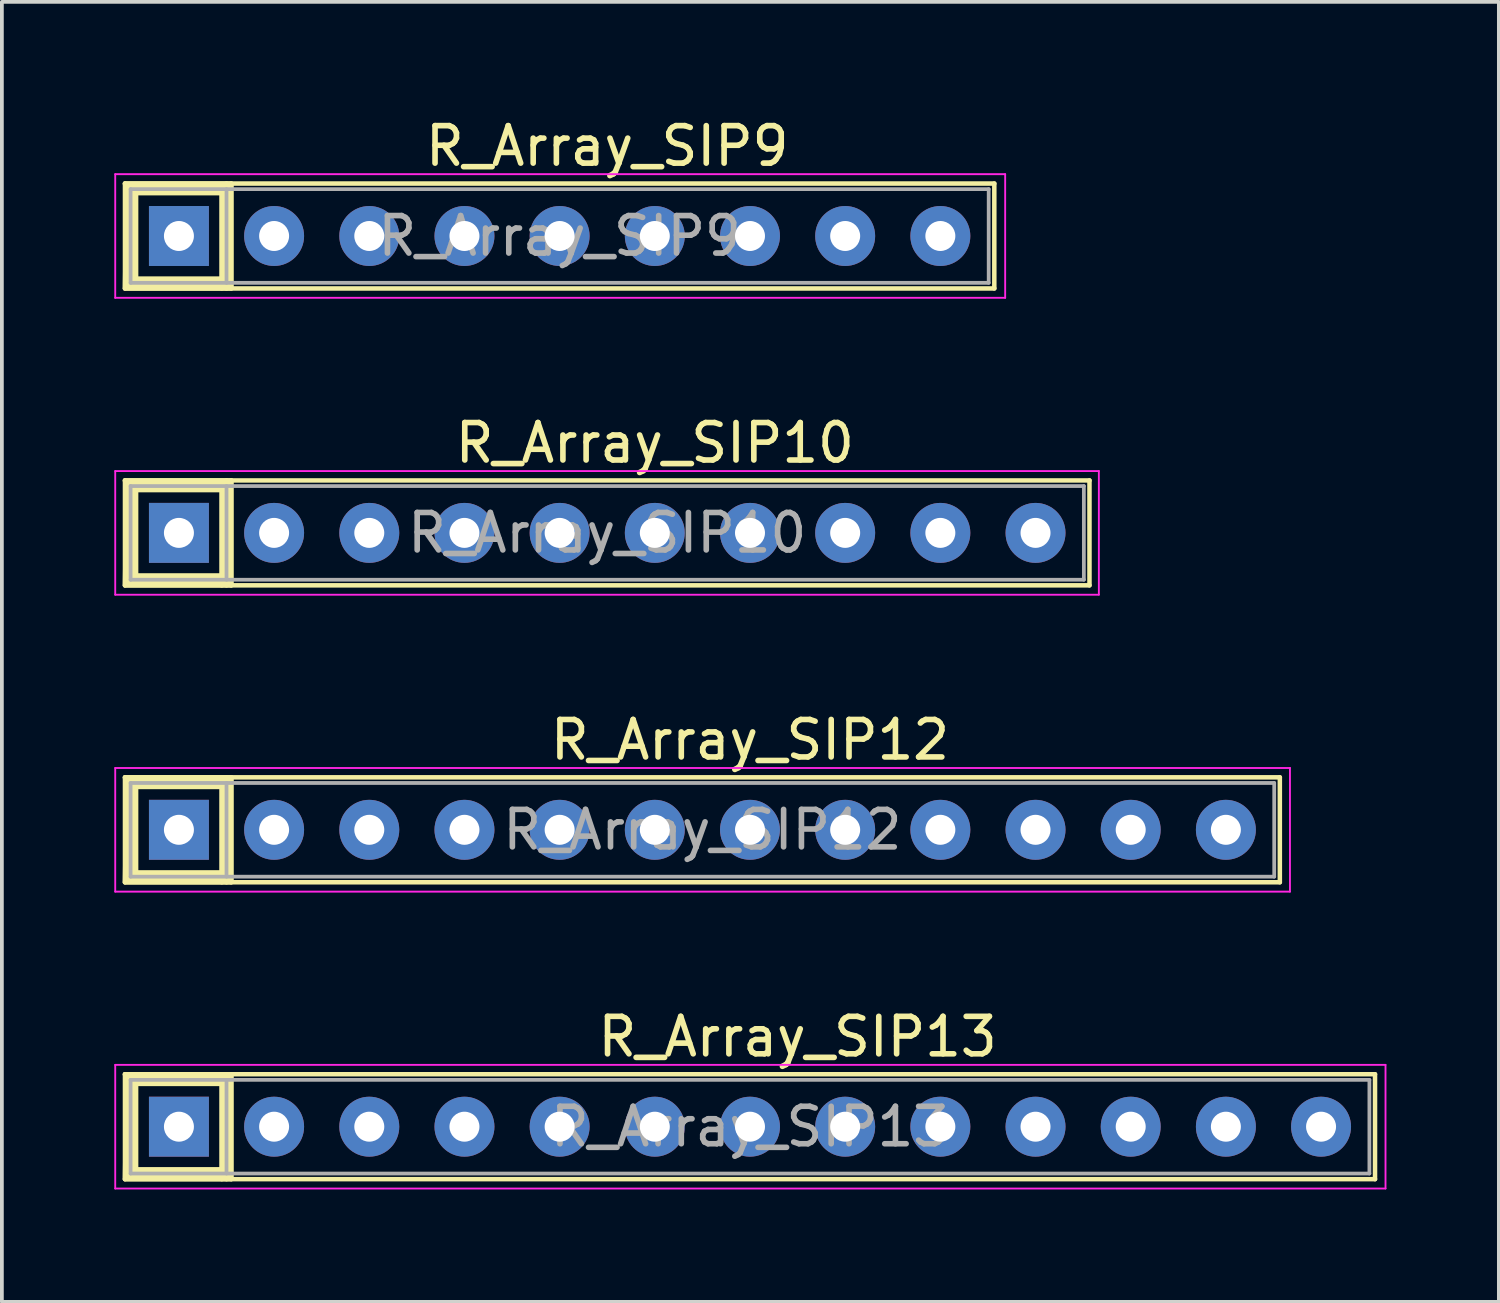
<source format=kicad_pcb>
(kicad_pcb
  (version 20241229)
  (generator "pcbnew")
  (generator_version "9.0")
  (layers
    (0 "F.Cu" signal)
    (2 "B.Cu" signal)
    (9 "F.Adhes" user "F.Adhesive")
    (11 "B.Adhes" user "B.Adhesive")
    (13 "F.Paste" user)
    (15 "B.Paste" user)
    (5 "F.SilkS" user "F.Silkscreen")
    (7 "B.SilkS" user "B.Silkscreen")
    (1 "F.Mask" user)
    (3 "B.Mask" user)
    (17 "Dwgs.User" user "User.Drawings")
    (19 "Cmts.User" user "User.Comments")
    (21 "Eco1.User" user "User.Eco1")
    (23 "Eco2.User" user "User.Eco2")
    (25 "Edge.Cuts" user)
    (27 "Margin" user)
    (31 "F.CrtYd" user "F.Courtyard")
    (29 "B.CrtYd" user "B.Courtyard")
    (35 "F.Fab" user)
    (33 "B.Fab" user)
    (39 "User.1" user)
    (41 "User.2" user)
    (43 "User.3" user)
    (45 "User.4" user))
  (footprint "R_Array_SIP10"
    (layer "F.Cu")
    (at 1.725 11.171)
    (property "Reference" "R_Array_SIP10" (at 12.7 -2.4 0) (layer "F.SilkS") (effects (font (size 1 1) (thickness 0.15))))
    (attr through_hole)
    (fp_line (start -1.44 -1.4) (end -1.44 1.4) (stroke (width 0.12) (type solid)) (layer "F.SilkS"))
    (fp_line (start -1.44 1.4) (end 24.3 1.4) (stroke (width 0.12) (type solid)) (layer "F.SilkS"))
    (fp_line (start 1.143 -1.143) (end 1.143 1.143) (stroke (width 0.12) (type solid)) (layer "F.SilkS"))
    (fp_line (start 1.143 1.143) (end -1.143 1.143) (stroke (width 0.12) (type solid)) (layer "F.SilkS"))
    (fp_line (start 1.27 -1.4) (end 1.27 1.4) (stroke (width 0.12) (type solid)) (layer "F.SilkS"))
    (fp_line (start 1.397 -1.4) (end 1.397 1.4) (stroke (width 0.12) (type solid)) (layer "F.SilkS"))
    (fp_line (start 24.3 -1.4) (end -1.44 -1.4) (stroke (width 0.12) (type solid)) (layer "F.SilkS"))
    (fp_line (start 24.3 1.4) (end 24.3 -1.4) (stroke (width 0.12) (type solid)) (layer "F.SilkS"))
    (fp_poly (pts (xy -1.143 1.143) (xy 1.143 1.143) (xy 1.143 1.4) (xy -1.44 1.4) (xy -1.397 -1.143) (xy -1.143 -1.143)) (stroke (width 0.12) (type solid)) (fill yes) (layer "F.SilkS"))
    (fp_poly (pts (xy 1.397 1.4) (xy 1.143 1.4) (xy 1.143 -1.143) (xy -1.397 -1.143) (xy -1.44 -1.4) (xy 1.397 -1.4)) (stroke (width 0.12) (type solid)) (fill yes) (layer "F.SilkS"))
    (fp_line (start -1.7 -1.65) (end -1.7 1.65) (stroke (width 0.05) (type solid)) (layer "F.CrtYd"))
    (fp_line (start -1.7 1.65) (end 24.55 1.65) (stroke (width 0.05) (type solid)) (layer "F.CrtYd"))
    (fp_line (start 24.55 -1.65) (end -1.7 -1.65) (stroke (width 0.05) (type solid)) (layer "F.CrtYd"))
    (fp_line (start 24.55 1.65) (end 24.55 -1.65) (stroke (width 0.05) (type solid)) (layer "F.CrtYd"))
    (fp_line (start -1.29 -1.25) (end -1.29 1.25) (stroke (width 0.1) (type solid)) (layer "F.Fab"))
    (fp_line (start -1.29 1.25) (end 24.15 1.25) (stroke (width 0.1) (type solid)) (layer "F.Fab"))
    (fp_line (start 1.27 -1.25) (end 1.27 1.25) (stroke (width 0.1) (type solid)) (layer "F.Fab"))
    (fp_line (start 24.15 -1.25) (end -1.29 -1.25) (stroke (width 0.1) (type solid)) (layer "F.Fab"))
    (fp_line (start 24.15 1.25) (end 24.15 -1.25) (stroke (width 0.1) (type solid)) (layer "F.Fab"))
    (fp_text user "${REFERENCE}" (at 11.43 0 0) (layer "F.Fab") (effects (font (size 1 1) (thickness 0.15))))
    (pad "1" thru_hole rect (at 0 0) (size 1.6 1.6) (drill 0.8) (layers "*.Cu" "*.Mask"))
    (pad "2" thru_hole oval (at 2.54 0) (size 1.6 1.6) (drill 0.8) (layers "*.Cu" "*.Mask"))
    (pad "3" thru_hole oval (at 5.08 0) (size 1.6 1.6) (drill 0.8) (layers "*.Cu" "*.Mask"))
    (pad "4" thru_hole oval (at 7.62 0) (size 1.6 1.6) (drill 0.8) (layers "*.Cu" "*.Mask"))
    (pad "5" thru_hole oval (at 10.16 0) (size 1.6 1.6) (drill 0.8) (layers "*.Cu" "*.Mask"))
    (pad "6" thru_hole oval (at 12.7 0) (size 1.6 1.6) (drill 0.8) (layers "*.Cu" "*.Mask"))
    (pad "7" thru_hole oval (at 15.24 0) (size 1.6 1.6) (drill 0.8) (layers "*.Cu" "*.Mask"))
    (pad "8" thru_hole oval (at 17.78 0) (size 1.6 1.6) (drill 0.8) (layers "*.Cu" "*.Mask"))
    (pad "9" thru_hole oval (at 20.32 0) (size 1.6 1.6) (drill 0.8) (layers "*.Cu" "*.Mask"))
    (pad "10" thru_hole oval (at 22.86 0) (size 1.6 1.6) (drill 0.8) (layers "*.Cu" "*.Mask")))
  (footprint "R_Array_SIP12"
    (layer "F.Cu")
    (at 1.725 19.095)
    (property "Reference" "R_Array_SIP12" (at 15.24 -2.4 0) (layer "F.SilkS") (effects (font (size 1 1) (thickness 0.15))))
    (attr through_hole)
    (fp_line (start -1.44 -1.4) (end -1.44 1.4) (stroke (width 0.12) (type solid)) (layer "F.SilkS"))
    (fp_line (start -1.44 1.4) (end 29.38 1.4) (stroke (width 0.12) (type solid)) (layer "F.SilkS"))
    (fp_line (start 1.143 -1.143) (end 1.143 1.143) (stroke (width 0.12) (type solid)) (layer "F.SilkS"))
    (fp_line (start 1.143 1.143) (end -1.143 1.143) (stroke (width 0.12) (type solid)) (layer "F.SilkS"))
    (fp_line (start 1.27 -1.4) (end 1.27 1.4) (stroke (width 0.12) (type solid)) (layer "F.SilkS"))
    (fp_line (start 1.397 -1.4) (end 1.397 1.4) (stroke (width 0.12) (type solid)) (layer "F.SilkS"))
    (fp_line (start 29.38 -1.4) (end -1.44 -1.4) (stroke (width 0.12) (type solid)) (layer "F.SilkS"))
    (fp_line (start 29.38 1.4) (end 29.38 -1.4) (stroke (width 0.12) (type solid)) (layer "F.SilkS"))
    (fp_poly (pts (xy -1.143 1.143) (xy 1.143 1.143) (xy 1.143 1.4) (xy -1.44 1.4) (xy -1.397 -1.143) (xy -1.143 -1.143)) (stroke (width 0.12) (type solid)) (fill yes) (layer "F.SilkS"))
    (fp_poly (pts (xy 1.397 1.4) (xy 1.143 1.4) (xy 1.143 -1.143) (xy -1.397 -1.143) (xy -1.44 -1.4) (xy 1.397 -1.4)) (stroke (width 0.12) (type solid)) (fill yes) (layer "F.SilkS"))
    (fp_line (start -1.7 -1.65) (end -1.7 1.65) (stroke (width 0.05) (type solid)) (layer "F.CrtYd"))
    (fp_line (start -1.7 1.65) (end 29.65 1.65) (stroke (width 0.05) (type solid)) (layer "F.CrtYd"))
    (fp_line (start 29.65 -1.65) (end -1.7 -1.65) (stroke (width 0.05) (type solid)) (layer "F.CrtYd"))
    (fp_line (start 29.65 1.65) (end 29.65 -1.65) (stroke (width 0.05) (type solid)) (layer "F.CrtYd"))
    (fp_line (start -1.29 -1.25) (end -1.29 1.25) (stroke (width 0.1) (type solid)) (layer "F.Fab"))
    (fp_line (start -1.29 1.25) (end 29.23 1.25) (stroke (width 0.1) (type solid)) (layer "F.Fab"))
    (fp_line (start 1.27 -1.25) (end 1.27 1.25) (stroke (width 0.1) (type solid)) (layer "F.Fab"))
    (fp_line (start 29.23 -1.25) (end -1.29 -1.25) (stroke (width 0.1) (type solid)) (layer "F.Fab"))
    (fp_line (start 29.23 1.25) (end 29.23 -1.25) (stroke (width 0.1) (type solid)) (layer "F.Fab"))
    (fp_text user "${REFERENCE}" (at 13.97 0 0) (layer "F.Fab") (effects (font (size 1 1) (thickness 0.15))))
    (pad "1" thru_hole rect (at 0 0) (size 1.6 1.6) (drill 0.8) (layers "*.Cu" "*.Mask"))
    (pad "2" thru_hole oval (at 2.54 0) (size 1.6 1.6) (drill 0.8) (layers "*.Cu" "*.Mask"))
    (pad "3" thru_hole oval (at 5.08 0) (size 1.6 1.6) (drill 0.8) (layers "*.Cu" "*.Mask"))
    (pad "4" thru_hole oval (at 7.62 0) (size 1.6 1.6) (drill 0.8) (layers "*.Cu" "*.Mask"))
    (pad "5" thru_hole oval (at 10.16 0) (size 1.6 1.6) (drill 0.8) (layers "*.Cu" "*.Mask"))
    (pad "6" thru_hole oval (at 12.7 0) (size 1.6 1.6) (drill 0.8) (layers "*.Cu" "*.Mask"))
    (pad "7" thru_hole oval (at 15.24 0) (size 1.6 1.6) (drill 0.8) (layers "*.Cu" "*.Mask"))
    (pad "8" thru_hole oval (at 17.78 0) (size 1.6 1.6) (drill 0.8) (layers "*.Cu" "*.Mask"))
    (pad "9" thru_hole oval (at 20.32 0) (size 1.6 1.6) (drill 0.8) (layers "*.Cu" "*.Mask"))
    (pad "10" thru_hole oval (at 22.86 0) (size 1.6 1.6) (drill 0.8) (layers "*.Cu" "*.Mask"))
    (pad "11" thru_hole oval (at 25.4 0) (size 1.6 1.6) (drill 0.8) (layers "*.Cu" "*.Mask"))
    (pad "12" thru_hole oval (at 27.94 0) (size 1.6 1.6) (drill 0.8) (layers "*.Cu" "*.Mask")))
  (footprint "R_Array_SIP9"
    (layer "F.Cu")
    (at 1.725 3.248)
    (property "Reference" "R_Array_SIP9" (at 11.43 -2.4 0) (layer "F.SilkS") (effects (font (size 1 1) (thickness 0.15))))
    (attr through_hole)
    (fp_line (start -1.44 -1.4) (end -1.44 1.4) (stroke (width 0.12) (type solid)) (layer "F.SilkS"))
    (fp_line (start -1.44 1.4) (end 21.76 1.4) (stroke (width 0.12) (type solid)) (layer "F.SilkS"))
    (fp_line (start 1.143 -1.143) (end 1.143 1.143) (stroke (width 0.12) (type solid)) (layer "F.SilkS"))
    (fp_line (start 1.143 1.143) (end -1.143 1.143) (stroke (width 0.12) (type solid)) (layer "F.SilkS"))
    (fp_line (start 1.27 -1.4) (end 1.27 1.4) (stroke (width 0.12) (type solid)) (layer "F.SilkS"))
    (fp_line (start 1.397 -1.4) (end 1.397 1.4) (stroke (width 0.12) (type solid)) (layer "F.SilkS"))
    (fp_line (start 21.76 -1.4) (end -1.44 -1.4) (stroke (width 0.12) (type solid)) (layer "F.SilkS"))
    (fp_line (start 21.76 1.4) (end 21.76 -1.4) (stroke (width 0.12) (type solid)) (layer "F.SilkS"))
    (fp_poly (pts (xy -1.143 1.143) (xy 1.143 1.143) (xy 1.143 1.4) (xy -1.44 1.4) (xy -1.397 -1.143) (xy -1.143 -1.143)) (stroke (width 0.12) (type solid)) (fill yes) (layer "F.SilkS"))
    (fp_poly (pts (xy 1.397 1.4) (xy 1.143 1.4) (xy 1.143 -1.143) (xy -1.397 -1.143) (xy -1.44 -1.4) (xy 1.397 -1.4)) (stroke (width 0.12) (type solid)) (fill yes) (layer "F.SilkS"))
    (fp_line (start -1.7 -1.65) (end -1.7 1.65) (stroke (width 0.05) (type solid)) (layer "F.CrtYd"))
    (fp_line (start -1.7 1.65) (end 22.05 1.65) (stroke (width 0.05) (type solid)) (layer "F.CrtYd"))
    (fp_line (start 22.05 -1.65) (end -1.7 -1.65) (stroke (width 0.05) (type solid)) (layer "F.CrtYd"))
    (fp_line (start 22.05 1.65) (end 22.05 -1.65) (stroke (width 0.05) (type solid)) (layer "F.CrtYd"))
    (fp_line (start -1.29 -1.25) (end -1.29 1.25) (stroke (width 0.1) (type solid)) (layer "F.Fab"))
    (fp_line (start -1.29 1.25) (end 21.61 1.25) (stroke (width 0.1) (type solid)) (layer "F.Fab"))
    (fp_line (start 1.27 -1.25) (end 1.27 1.25) (stroke (width 0.1) (type solid)) (layer "F.Fab"))
    (fp_line (start 21.61 -1.25) (end -1.29 -1.25) (stroke (width 0.1) (type solid)) (layer "F.Fab"))
    (fp_line (start 21.61 1.25) (end 21.61 -1.25) (stroke (width 0.1) (type solid)) (layer "F.Fab"))
    (fp_text user "${REFERENCE}" (at 10.16 0 0) (layer "F.Fab") (effects (font (size 1 1) (thickness 0.15))))
    (pad "1" thru_hole rect (at 0 0) (size 1.6 1.6) (drill 0.8) (layers "*.Cu" "*.Mask"))
    (pad "2" thru_hole oval (at 2.54 0) (size 1.6 1.6) (drill 0.8) (layers "*.Cu" "*.Mask"))
    (pad "3" thru_hole oval (at 5.08 0) (size 1.6 1.6) (drill 0.8) (layers "*.Cu" "*.Mask"))
    (pad "4" thru_hole oval (at 7.62 0) (size 1.6 1.6) (drill 0.8) (layers "*.Cu" "*.Mask"))
    (pad "5" thru_hole oval (at 10.16 0) (size 1.6 1.6) (drill 0.8) (layers "*.Cu" "*.Mask"))
    (pad "6" thru_hole oval (at 12.7 0) (size 1.6 1.6) (drill 0.8) (layers "*.Cu" "*.Mask"))
    (pad "7" thru_hole oval (at 15.24 0) (size 1.6 1.6) (drill 0.8) (layers "*.Cu" "*.Mask"))
    (pad "8" thru_hole oval (at 17.78 0) (size 1.6 1.6) (drill 0.8) (layers "*.Cu" "*.Mask"))
    (pad "9" thru_hole oval (at 20.32 0) (size 1.6 1.6) (drill 0.8) (layers "*.Cu" "*.Mask")))
  (footprint "R_Array_SIP13"
    (layer "F.Cu")
    (at 1.725 27.018)
    (property "Reference" "R_Array_SIP13" (at 16.51 -2.4 0) (layer "F.SilkS") (effects (font (size 1 1) (thickness 0.15))))
    (attr through_hole)
    (fp_line (start -1.44 -1.4) (end -1.44 1.4) (stroke (width 0.12) (type solid)) (layer "F.SilkS"))
    (fp_line (start -1.44 1.4) (end 31.92 1.4) (stroke (width 0.12) (type solid)) (layer "F.SilkS"))
    (fp_line (start 1.143 -1.143) (end 1.143 1.143) (stroke (width 0.12) (type solid)) (layer "F.SilkS"))
    (fp_line (start 1.143 1.143) (end -1.143 1.143) (stroke (width 0.12) (type solid)) (layer "F.SilkS"))
    (fp_line (start 1.27 -1.4) (end 1.27 1.4) (stroke (width 0.12) (type solid)) (layer "F.SilkS"))
    (fp_line (start 1.397 -1.4) (end 1.397 1.4) (stroke (width 0.12) (type solid)) (layer "F.SilkS"))
    (fp_line (start 31.92 -1.4) (end -1.44 -1.4) (stroke (width 0.12) (type solid)) (layer "F.SilkS"))
    (fp_line (start 31.92 1.4) (end 31.92 -1.4) (stroke (width 0.12) (type solid)) (layer "F.SilkS"))
    (fp_poly (pts (xy -1.143 1.143) (xy 1.143 1.143) (xy 1.143 1.4) (xy -1.44 1.4) (xy -1.397 -1.143) (xy -1.143 -1.143)) (stroke (width 0.12) (type solid)) (fill yes) (layer "F.SilkS"))
    (fp_poly (pts (xy 1.397 1.4) (xy 1.143 1.4) (xy 1.143 -1.143) (xy -1.397 -1.143) (xy -1.44 -1.4) (xy 1.397 -1.4)) (stroke (width 0.12) (type solid)) (fill yes) (layer "F.SilkS"))
    (fp_line (start -1.7 -1.65) (end -1.7 1.65) (stroke (width 0.05) (type solid)) (layer "F.CrtYd"))
    (fp_line (start -1.7 1.65) (end 32.2 1.65) (stroke (width 0.05) (type solid)) (layer "F.CrtYd"))
    (fp_line (start 32.2 -1.65) (end -1.7 -1.65) (stroke (width 0.05) (type solid)) (layer "F.CrtYd"))
    (fp_line (start 32.2 1.65) (end 32.2 -1.65) (stroke (width 0.05) (type solid)) (layer "F.CrtYd"))
    (fp_line (start -1.29 -1.25) (end -1.29 1.25) (stroke (width 0.1) (type solid)) (layer "F.Fab"))
    (fp_line (start -1.29 1.25) (end 31.77 1.25) (stroke (width 0.1) (type solid)) (layer "F.Fab"))
    (fp_line (start 1.27 -1.25) (end 1.27 1.25) (stroke (width 0.1) (type solid)) (layer "F.Fab"))
    (fp_line (start 31.77 -1.25) (end -1.29 -1.25) (stroke (width 0.1) (type solid)) (layer "F.Fab"))
    (fp_line (start 31.77 1.25) (end 31.77 -1.25) (stroke (width 0.1) (type solid)) (layer "F.Fab"))
    (fp_text user "${REFERENCE}" (at 15.24 0 0) (layer "F.Fab") (effects (font (size 1 1) (thickness 0.15))))
    (pad "1" thru_hole rect (at 0 0) (size 1.6 1.6) (drill 0.8) (layers "*.Cu" "*.Mask"))
    (pad "2" thru_hole oval (at 2.54 0) (size 1.6 1.6) (drill 0.8) (layers "*.Cu" "*.Mask"))
    (pad "3" thru_hole oval (at 5.08 0) (size 1.6 1.6) (drill 0.8) (layers "*.Cu" "*.Mask"))
    (pad "4" thru_hole oval (at 7.62 0) (size 1.6 1.6) (drill 0.8) (layers "*.Cu" "*.Mask"))
    (pad "5" thru_hole oval (at 10.16 0) (size 1.6 1.6) (drill 0.8) (layers "*.Cu" "*.Mask"))
    (pad "6" thru_hole oval (at 12.7 0) (size 1.6 1.6) (drill 0.8) (layers "*.Cu" "*.Mask"))
    (pad "7" thru_hole oval (at 15.24 0) (size 1.6 1.6) (drill 0.8) (layers "*.Cu" "*.Mask"))
    (pad "8" thru_hole oval (at 17.78 0) (size 1.6 1.6) (drill 0.8) (layers "*.Cu" "*.Mask"))
    (pad "9" thru_hole oval (at 20.32 0) (size 1.6 1.6) (drill 0.8) (layers "*.Cu" "*.Mask"))
    (pad "10" thru_hole oval (at 22.86 0) (size 1.6 1.6) (drill 0.8) (layers "*.Cu" "*.Mask"))
    (pad "11" thru_hole oval (at 25.4 0) (size 1.6 1.6) (drill 0.8) (layers "*.Cu" "*.Mask"))
    (pad "12" thru_hole oval (at 27.94 0) (size 1.6 1.6) (drill 0.8) (layers "*.Cu" "*.Mask"))
    (pad "13" thru_hole oval (at 30.48 0) (size 1.6 1.6) (drill 0.8) (layers "*.Cu" "*.Mask")))
  (gr_rect
    (start -3 -3)
    (end 36.95 31.693)
    (stroke (width 0.1) (type default))
    (fill no)
    (layer "Edge.Cuts")))
</source>
